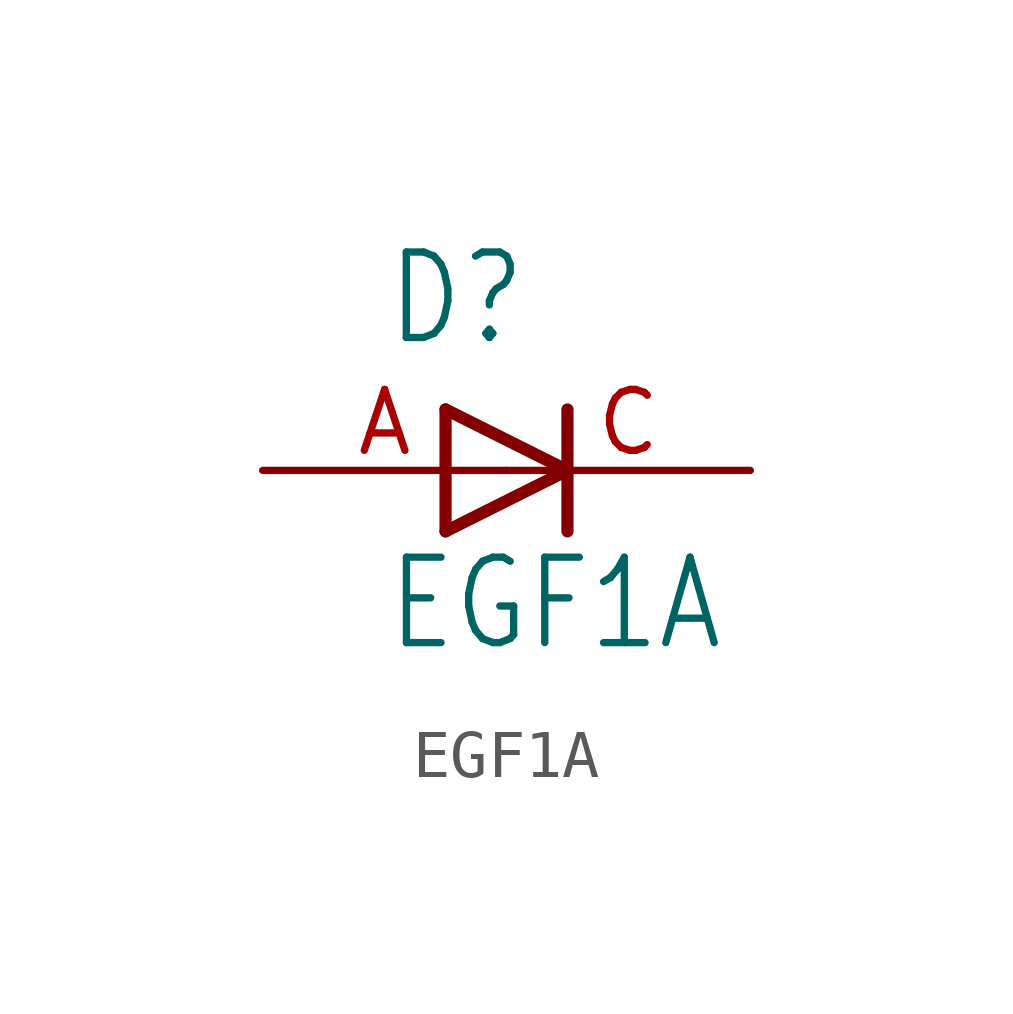
<source format=kicad_sym>
(kicad_symbol_lib
  (version 20211014)
  (generator kicad_symbol_editor)
  (symbol "EGF1A"
    (property "Reference" "D"
      (at -5.088 2.544 0)
      (effects (font (size 1.781 1.514)) (justify left bottom)))
    (property "Value" "EGF1A"
      (at -5.085 -3.814 0)
      (effects (font (size 1.78 1.513)) (justify left bottom)))
    (property "ki_locked" ""
      (at 0 0 0)
      (effects (font (size 1.27 1.27))))
    (symbol "EGF1A_1_0"
      (polyline (pts (xy -3.81 -1.27) (xy -1.27 0)) (stroke (width 0.254) (type default) (color 0 0 0 0)) (fill (type none)))
      (polyline (pts (xy -3.81 1.27) (xy -3.81 -1.27)) (stroke (width 0.254) (type default) (color 0 0 0 0)) (fill (type none)))
      (polyline (pts (xy -1.27 0) (xy -3.81 1.27)) (stroke (width 0.254) (type default) (color 0 0 0 0)) (fill (type none)))
      (polyline (pts (xy -1.27 0) (xy -1.27 -1.27)) (stroke (width 0.254) (type default) (color 0 0 0 0)) (fill (type none)))
      (polyline (pts (xy -1.27 1.27) (xy -1.27 0)) (stroke (width 0.254) (type default) (color 0 0 0 0)) (fill (type none)))
      (pin passive line (at -7.62 0 0) (length 5.08) (name "A" (effects (font (size 0 0)))) (number "A" (effects (font (size 1.27 1.27)))))
      (pin passive line (at 2.54 0 180) (length 5.08) (name "C" (effects (font (size 0 0)))) (number "C" (effects (font (size 1.27 1.27))))))))
</source>
